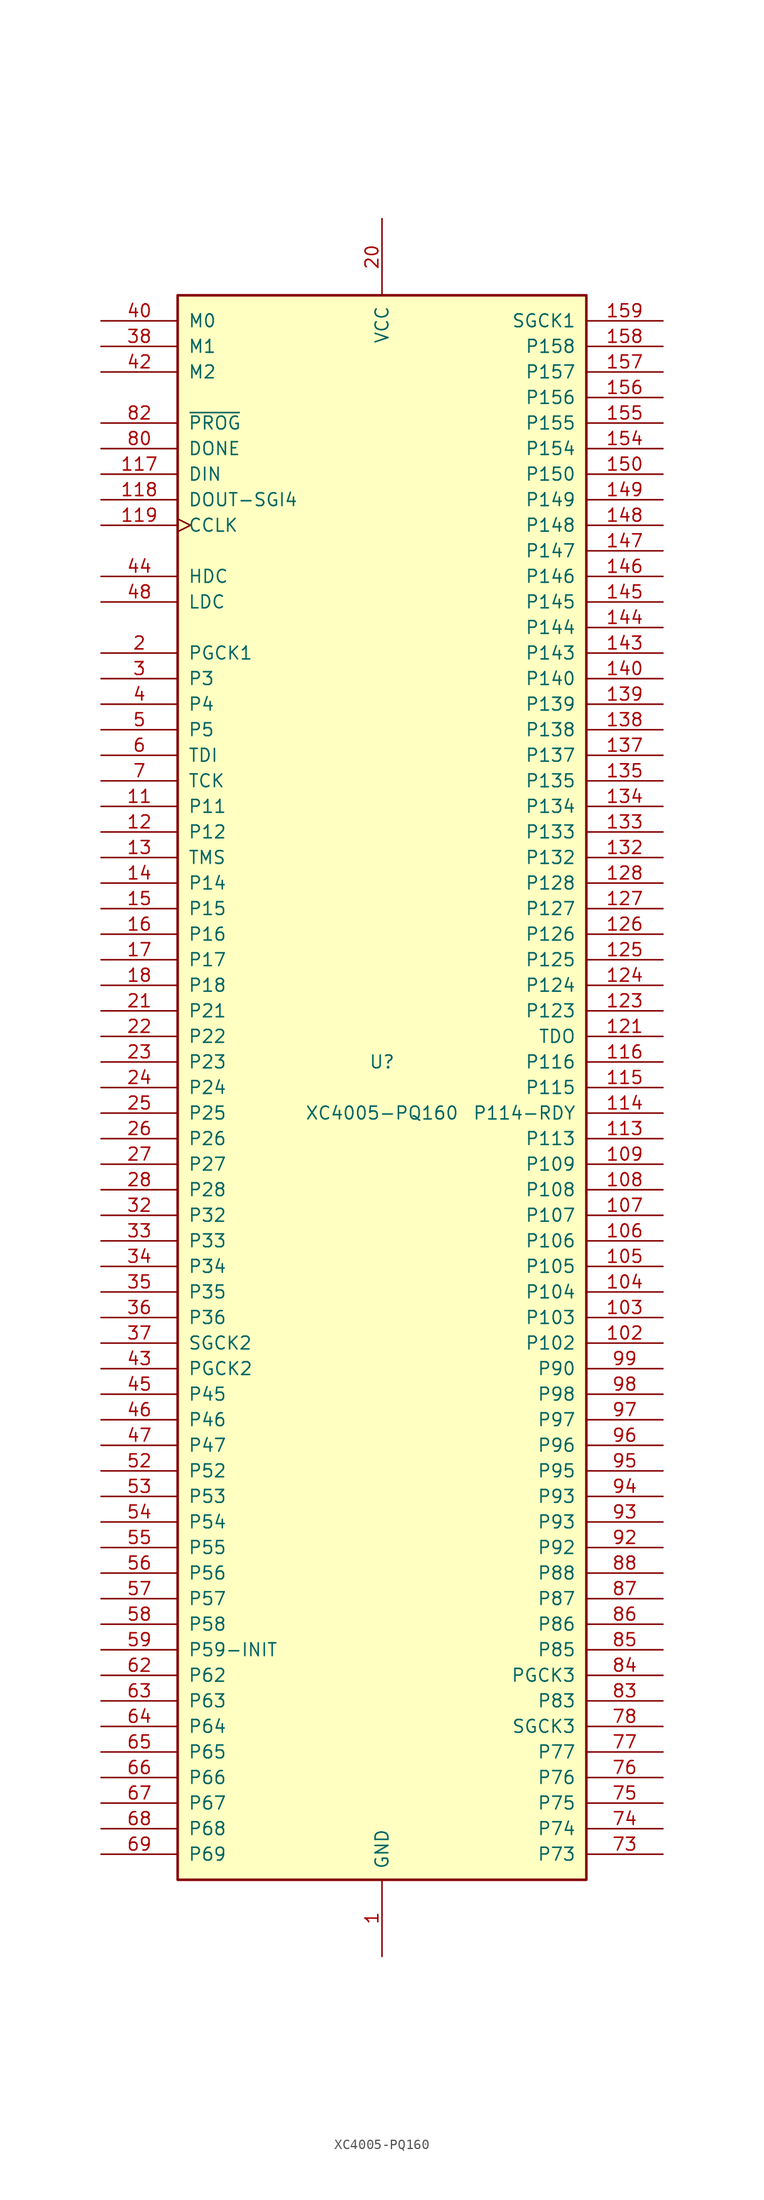
<source format=kicad_sym>
(kicad_symbol_lib
  (version 20241209)
  (generator "kicad_symbol_editor")
  (generator_version "9.0")
  (symbol "XC4005-PQ160"
    (pin_names
      (offset 1.016))
    (property "Reference" "U"
      (at 0 2.54 0)
      (effects (font (size 1.27 1.27))))
    (property "Value" "XC4005-PQ160"
      (at 0 -2.54 0)
      (effects (font (size 1.27 1.27))))
    (symbol "XC4005-PQ160_0_1"
      (rectangle (start -20.32 -78.74) (end 20.32 78.74) (stroke (width 0.254) (type default)) (fill (type background))))
    (symbol "XC4005-PQ160_1_1"
      (pin input line (at -27.94 76.2 0) (length 7.62) (name "M0" (effects (font (size 1.27 1.27)))) (number "40" (effects (font (size 1.27 1.27)))))
      (pin input line (at -27.94 73.66 0) (length 7.62) (name "M1" (effects (font (size 1.27 1.27)))) (number "38" (effects (font (size 1.27 1.27)))))
      (pin input line (at -27.94 71.12 0) (length 7.62) (name "M2" (effects (font (size 1.27 1.27)))) (number "42" (effects (font (size 1.27 1.27)))))
      (pin input line (at -27.94 66.04 0) (length 7.62) (name "~{PROG}" (effects (font (size 1.27 1.27)))) (number "82" (effects (font (size 1.27 1.27)))))
      (pin bidirectional line (at -27.94 63.5 0) (length 7.62) (name "DONE" (effects (font (size 1.27 1.27)))) (number "80" (effects (font (size 1.27 1.27)))))
      (pin input line (at -27.94 60.96 0) (length 7.62) (name "DIN" (effects (font (size 1.27 1.27)))) (number "117" (effects (font (size 1.27 1.27)))))
      (pin passive line (at -27.94 58.42 0) (length 7.62) (name "DOUT-SGI4" (effects (font (size 1.27 1.27)))) (number "118" (effects (font (size 1.27 1.27)))))
      (pin passive clock (at -27.94 55.88 0) (length 7.62) (name "CCLK" (effects (font (size 1.27 1.27)))) (number "119" (effects (font (size 1.27 1.27)))))
      (pin passive line (at -27.94 50.8 0) (length 7.62) (name "HDC" (effects (font (size 1.27 1.27)))) (number "44" (effects (font (size 1.27 1.27)))))
      (pin passive line (at -27.94 48.26 0) (length 7.62) (name "LDC" (effects (font (size 1.27 1.27)))) (number "48" (effects (font (size 1.27 1.27)))))
      (pin bidirectional line (at -27.94 43.18 0) (length 7.62) (name "PGCK1" (effects (font (size 1.27 1.27)))) (number "2" (effects (font (size 1.27 1.27)))))
      (pin passive line (at -27.94 40.64 0) (length 7.62) (name "P3" (effects (font (size 1.27 1.27)))) (number "3" (effects (font (size 1.27 1.27)))))
      (pin passive line (at -27.94 38.1 0) (length 7.62) (name "P4" (effects (font (size 1.27 1.27)))) (number "4" (effects (font (size 1.27 1.27)))))
      (pin passive line (at -27.94 35.56 0) (length 7.62) (name "P5" (effects (font (size 1.27 1.27)))) (number "5" (effects (font (size 1.27 1.27)))))
      (pin passive line (at -27.94 33.02 0) (length 7.62) (name "TDI" (effects (font (size 1.27 1.27)))) (number "6" (effects (font (size 1.27 1.27)))))
      (pin passive line (at -27.94 30.48 0) (length 7.62) (name "TCK" (effects (font (size 1.27 1.27)))) (number "7" (effects (font (size 1.27 1.27)))))
      (pin passive line (at -27.94 27.94 0) (length 7.62) (name "P11" (effects (font (size 1.27 1.27)))) (number "11" (effects (font (size 1.27 1.27)))))
      (pin passive line (at -27.94 25.4 0) (length 7.62) (name "P12" (effects (font (size 1.27 1.27)))) (number "12" (effects (font (size 1.27 1.27)))))
      (pin passive line (at -27.94 22.86 0) (length 7.62) (name "TMS" (effects (font (size 1.27 1.27)))) (number "13" (effects (font (size 1.27 1.27)))))
      (pin passive line (at -27.94 20.32 0) (length 7.62) (name "P14" (effects (font (size 1.27 1.27)))) (number "14" (effects (font (size 1.27 1.27)))))
      (pin passive line (at -27.94 17.78 0) (length 7.62) (name "P15" (effects (font (size 1.27 1.27)))) (number "15" (effects (font (size 1.27 1.27)))))
      (pin passive line (at -27.94 15.24 0) (length 7.62) (name "P16" (effects (font (size 1.27 1.27)))) (number "16" (effects (font (size 1.27 1.27)))))
      (pin passive line (at -27.94 12.7 0) (length 7.62) (name "P17" (effects (font (size 1.27 1.27)))) (number "17" (effects (font (size 1.27 1.27)))))
      (pin passive line (at -27.94 10.16 0) (length 7.62) (name "P18" (effects (font (size 1.27 1.27)))) (number "18" (effects (font (size 1.27 1.27)))))
      (pin passive line (at -27.94 7.62 0) (length 7.62) (name "P21" (effects (font (size 1.27 1.27)))) (number "21" (effects (font (size 1.27 1.27)))))
      (pin passive line (at -27.94 5.08 0) (length 7.62) (name "P22" (effects (font (size 1.27 1.27)))) (number "22" (effects (font (size 1.27 1.27)))))
      (pin passive line (at -27.94 2.54 0) (length 7.62) (name "P23" (effects (font (size 1.27 1.27)))) (number "23" (effects (font (size 1.27 1.27)))))
      (pin passive line (at -27.94 0 0) (length 7.62) (name "P24" (effects (font (size 1.27 1.27)))) (number "24" (effects (font (size 1.27 1.27)))))
      (pin passive line (at -27.94 -2.54 0) (length 7.62) (name "P25" (effects (font (size 1.27 1.27)))) (number "25" (effects (font (size 1.27 1.27)))))
      (pin passive line (at -27.94 -5.08 0) (length 7.62) (name "P26" (effects (font (size 1.27 1.27)))) (number "26" (effects (font (size 1.27 1.27)))))
      (pin passive line (at -27.94 -7.62 0) (length 7.62) (name "P27" (effects (font (size 1.27 1.27)))) (number "27" (effects (font (size 1.27 1.27)))))
      (pin passive line (at -27.94 -10.16 0) (length 7.62) (name "P28" (effects (font (size 1.27 1.27)))) (number "28" (effects (font (size 1.27 1.27)))))
      (pin passive line (at -27.94 -12.7 0) (length 7.62) (name "P32" (effects (font (size 1.27 1.27)))) (number "32" (effects (font (size 1.27 1.27)))))
      (pin passive line (at -27.94 -15.24 0) (length 7.62) (name "P33" (effects (font (size 1.27 1.27)))) (number "33" (effects (font (size 1.27 1.27)))))
      (pin passive line (at -27.94 -17.78 0) (length 7.62) (name "P34" (effects (font (size 1.27 1.27)))) (number "34" (effects (font (size 1.27 1.27)))))
      (pin passive line (at -27.94 -20.32 0) (length 7.62) (name "P35" (effects (font (size 1.27 1.27)))) (number "35" (effects (font (size 1.27 1.27)))))
      (pin passive line (at -27.94 -22.86 0) (length 7.62) (name "P36" (effects (font (size 1.27 1.27)))) (number "36" (effects (font (size 1.27 1.27)))))
      (pin passive line (at -27.94 -25.4 0) (length 7.62) (name "SGCK2" (effects (font (size 1.27 1.27)))) (number "37" (effects (font (size 1.27 1.27)))))
      (pin passive line (at -27.94 -27.94 0) (length 7.62) (name "PGCK2" (effects (font (size 1.27 1.27)))) (number "43" (effects (font (size 1.27 1.27)))))
      (pin passive line (at -27.94 -30.48 0) (length 7.62) (name "P45" (effects (font (size 1.27 1.27)))) (number "45" (effects (font (size 1.27 1.27)))))
      (pin passive line (at -27.94 -33.02 0) (length 7.62) (name "P46" (effects (font (size 1.27 1.27)))) (number "46" (effects (font (size 1.27 1.27)))))
      (pin passive line (at -27.94 -35.56 0) (length 7.62) (name "P47" (effects (font (size 1.27 1.27)))) (number "47" (effects (font (size 1.27 1.27)))))
      (pin passive line (at -27.94 -38.1 0) (length 7.62) (name "P52" (effects (font (size 1.27 1.27)))) (number "52" (effects (font (size 1.27 1.27)))))
      (pin passive line (at -27.94 -40.64 0) (length 7.62) (name "P53" (effects (font (size 1.27 1.27)))) (number "53" (effects (font (size 1.27 1.27)))))
      (pin passive line (at -27.94 -43.18 0) (length 7.62) (name "P54" (effects (font (size 1.27 1.27)))) (number "54" (effects (font (size 1.27 1.27)))))
      (pin passive line (at -27.94 -45.72 0) (length 7.62) (name "P55" (effects (font (size 1.27 1.27)))) (number "55" (effects (font (size 1.27 1.27)))))
      (pin passive line (at -27.94 -48.26 0) (length 7.62) (name "P56" (effects (font (size 1.27 1.27)))) (number "56" (effects (font (size 1.27 1.27)))))
      (pin passive line (at -27.94 -50.8 0) (length 7.62) (name "P57" (effects (font (size 1.27 1.27)))) (number "57" (effects (font (size 1.27 1.27)))))
      (pin passive line (at -27.94 -53.34 0) (length 7.62) (name "P58" (effects (font (size 1.27 1.27)))) (number "58" (effects (font (size 1.27 1.27)))))
      (pin passive line (at -27.94 -55.88 0) (length 7.62) (name "P59-INIT" (effects (font (size 1.27 1.27)))) (number "59" (effects (font (size 1.27 1.27)))))
      (pin passive line (at -27.94 -58.42 0) (length 7.62) (name "P62" (effects (font (size 1.27 1.27)))) (number "62" (effects (font (size 1.27 1.27)))))
      (pin passive line (at -27.94 -60.96 0) (length 7.62) (name "P63" (effects (font (size 1.27 1.27)))) (number "63" (effects (font (size 1.27 1.27)))))
      (pin passive line (at -27.94 -63.5 0) (length 7.62) (name "P64" (effects (font (size 1.27 1.27)))) (number "64" (effects (font (size 1.27 1.27)))))
      (pin passive line (at -27.94 -66.04 0) (length 7.62) (name "P65" (effects (font (size 1.27 1.27)))) (number "65" (effects (font (size 1.27 1.27)))))
      (pin passive line (at -27.94 -68.58 0) (length 7.62) (name "P66" (effects (font (size 1.27 1.27)))) (number "66" (effects (font (size 1.27 1.27)))))
      (pin passive line (at -27.94 -71.12 0) (length 7.62) (name "P67" (effects (font (size 1.27 1.27)))) (number "67" (effects (font (size 1.27 1.27)))))
      (pin bidirectional line (at -27.94 -73.66 0) (length 7.62) (name "P68" (effects (font (size 1.27 1.27)))) (number "68" (effects (font (size 1.27 1.27)))))
      (pin passive line (at -27.94 -76.2 0) (length 7.62) (name "P69" (effects (font (size 1.27 1.27)))) (number "69" (effects (font (size 1.27 1.27)))))
      (pin passive line (at 0 86.36 270) (length 7.62) (hide yes) (name "VCC" (effects (font (size 1.27 1.27)))) (number "100" (effects (font (size 1.27 1.27)))))
      (pin passive line (at 0 86.36 270) (length 7.62) (hide yes) (name "VCC" (effects (font (size 1.27 1.27)))) (number "120" (effects (font (size 1.27 1.27)))))
      (pin passive line (at 0 86.36 270) (length 7.62) (hide yes) (name "VCC" (effects (font (size 1.27 1.27)))) (number "142" (effects (font (size 1.27 1.27)))))
      (pin passive line (at 0 86.36 270) (length 7.62) (hide yes) (name "VCC" (effects (font (size 1.27 1.27)))) (number "160" (effects (font (size 1.27 1.27)))))
      (pin power_in line (at 0 86.36 270) (length 7.62) (name "VCC" (effects (font (size 1.27 1.27)))) (number "20" (effects (font (size 1.27 1.27)))))
      (pin passive line (at 0 86.36 270) (length 7.62) (hide yes) (name "VCC" (effects (font (size 1.27 1.27)))) (number "41" (effects (font (size 1.27 1.27)))))
      (pin passive line (at 0 86.36 270) (length 7.62) (hide yes) (name "VCC" (effects (font (size 1.27 1.27)))) (number "60" (effects (font (size 1.27 1.27)))))
      (pin passive line (at 0 86.36 270) (length 7.62) (hide yes) (name "VCC" (effects (font (size 1.27 1.27)))) (number "81" (effects (font (size 1.27 1.27)))))
      (pin power_in line (at 0 -86.36 90) (length 7.62) (name "GND" (effects (font (size 1.27 1.27)))) (number "1" (effects (font (size 1.27 1.27)))))
      (pin passive line (at 0 -86.36 90) (length 7.62) (hide yes) (name "GND" (effects (font (size 1.27 1.27)))) (number "10" (effects (font (size 1.27 1.27)))))
      (pin passive line (at 0 -86.36 90) (length 7.62) (hide yes) (name "GND" (effects (font (size 1.27 1.27)))) (number "101" (effects (font (size 1.27 1.27)))))
      (pin passive line (at 0 -86.36 90) (length 7.62) (hide yes) (name "GND" (effects (font (size 1.27 1.27)))) (number "110" (effects (font (size 1.27 1.27)))))
      (pin passive line (at 0 -86.36 90) (length 7.62) (hide yes) (name "GND" (effects (font (size 1.27 1.27)))) (number "122" (effects (font (size 1.27 1.27)))))
      (pin passive line (at 0 -86.36 90) (length 7.62) (hide yes) (name "GND" (effects (font (size 1.27 1.27)))) (number "131" (effects (font (size 1.27 1.27)))))
      (pin passive line (at 0 -86.36 90) (length 7.62) (hide yes) (name "GND" (effects (font (size 1.27 1.27)))) (number "141" (effects (font (size 1.27 1.27)))))
      (pin passive line (at 0 -86.36 90) (length 7.62) (hide yes) (name "GND" (effects (font (size 1.27 1.27)))) (number "151" (effects (font (size 1.27 1.27)))))
      (pin passive line (at 0 -86.36 90) (length 7.62) (hide yes) (name "GND" (effects (font (size 1.27 1.27)))) (number "19" (effects (font (size 1.27 1.27)))))
      (pin passive line (at 0 -86.36 90) (length 7.62) (hide yes) (name "GND" (effects (font (size 1.27 1.27)))) (number "29" (effects (font (size 1.27 1.27)))))
      (pin passive line (at 0 -86.36 90) (length 7.62) (hide yes) (name "GND" (effects (font (size 1.27 1.27)))) (number "39" (effects (font (size 1.27 1.27)))))
      (pin passive line (at 0 -86.36 90) (length 7.62) (hide yes) (name "GND" (effects (font (size 1.27 1.27)))) (number "51" (effects (font (size 1.27 1.27)))))
      (pin passive line (at 0 -86.36 90) (length 7.62) (hide yes) (name "GND" (effects (font (size 1.27 1.27)))) (number "61" (effects (font (size 1.27 1.27)))))
      (pin passive line (at 0 -86.36 90) (length 7.62) (hide yes) (name "GND" (effects (font (size 1.27 1.27)))) (number "70" (effects (font (size 1.27 1.27)))))
      (pin passive line (at 0 -86.36 90) (length 7.62) (hide yes) (name "GND" (effects (font (size 1.27 1.27)))) (number "79" (effects (font (size 1.27 1.27)))))
      (pin passive line (at 0 -86.36 90) (length 7.62) (hide yes) (name "GND" (effects (font (size 1.27 1.27)))) (number "91" (effects (font (size 1.27 1.27)))))
      (pin passive line (at 27.94 76.2 180) (length 7.62) (name "SGCK1" (effects (font (size 1.27 1.27)))) (number "159" (effects (font (size 1.27 1.27)))))
      (pin passive line (at 27.94 73.66 180) (length 7.62) (name "P158" (effects (font (size 1.27 1.27)))) (number "158" (effects (font (size 1.27 1.27)))))
      (pin passive line (at 27.94 71.12 180) (length 7.62) (name "P157" (effects (font (size 1.27 1.27)))) (number "157" (effects (font (size 1.27 1.27)))))
      (pin passive line (at 27.94 68.58 180) (length 7.62) (name "P156" (effects (font (size 1.27 1.27)))) (number "156" (effects (font (size 1.27 1.27)))))
      (pin passive line (at 27.94 66.04 180) (length 7.62) (name "P155" (effects (font (size 1.27 1.27)))) (number "155" (effects (font (size 1.27 1.27)))))
      (pin passive line (at 27.94 63.5 180) (length 7.62) (name "P154" (effects (font (size 1.27 1.27)))) (number "154" (effects (font (size 1.27 1.27)))))
      (pin passive line (at 27.94 60.96 180) (length 7.62) (name "P150" (effects (font (size 1.27 1.27)))) (number "150" (effects (font (size 1.27 1.27)))))
      (pin passive line (at 27.94 58.42 180) (length 7.62) (name "P149" (effects (font (size 1.27 1.27)))) (number "149" (effects (font (size 1.27 1.27)))))
      (pin passive line (at 27.94 55.88 180) (length 7.62) (name "P148" (effects (font (size 1.27 1.27)))) (number "148" (effects (font (size 1.27 1.27)))))
      (pin passive line (at 27.94 53.34 180) (length 7.62) (name "P147" (effects (font (size 1.27 1.27)))) (number "147" (effects (font (size 1.27 1.27)))))
      (pin passive line (at 27.94 50.8 180) (length 7.62) (name "P146" (effects (font (size 1.27 1.27)))) (number "146" (effects (font (size 1.27 1.27)))))
      (pin passive line (at 27.94 48.26 180) (length 7.62) (name "P145" (effects (font (size 1.27 1.27)))) (number "145" (effects (font (size 1.27 1.27)))))
      (pin passive line (at 27.94 45.72 180) (length 7.62) (name "P144" (effects (font (size 1.27 1.27)))) (number "144" (effects (font (size 1.27 1.27)))))
      (pin passive line (at 27.94 43.18 180) (length 7.62) (name "P143" (effects (font (size 1.27 1.27)))) (number "143" (effects (font (size 1.27 1.27)))))
      (pin passive line (at 27.94 40.64 180) (length 7.62) (name "P140" (effects (font (size 1.27 1.27)))) (number "140" (effects (font (size 1.27 1.27)))))
      (pin passive line (at 27.94 38.1 180) (length 7.62) (name "P139" (effects (font (size 1.27 1.27)))) (number "139" (effects (font (size 1.27 1.27)))))
      (pin passive line (at 27.94 35.56 180) (length 7.62) (name "P138" (effects (font (size 1.27 1.27)))) (number "138" (effects (font (size 1.27 1.27)))))
      (pin passive line (at 27.94 33.02 180) (length 7.62) (name "P137" (effects (font (size 1.27 1.27)))) (number "137" (effects (font (size 1.27 1.27)))))
      (pin passive line (at 27.94 30.48 180) (length 7.62) (name "P135" (effects (font (size 1.27 1.27)))) (number "135" (effects (font (size 1.27 1.27)))))
      (pin passive line (at 27.94 27.94 180) (length 7.62) (name "P134" (effects (font (size 1.27 1.27)))) (number "134" (effects (font (size 1.27 1.27)))))
      (pin passive line (at 27.94 25.4 180) (length 7.62) (name "P133" (effects (font (size 1.27 1.27)))) (number "133" (effects (font (size 1.27 1.27)))))
      (pin passive line (at 27.94 22.86 180) (length 7.62) (name "P132" (effects (font (size 1.27 1.27)))) (number "132" (effects (font (size 1.27 1.27)))))
      (pin passive line (at 27.94 20.32 180) (length 7.62) (name "P128" (effects (font (size 1.27 1.27)))) (number "128" (effects (font (size 1.27 1.27)))))
      (pin passive line (at 27.94 17.78 180) (length 7.62) (name "P127" (effects (font (size 1.27 1.27)))) (number "127" (effects (font (size 1.27 1.27)))))
      (pin passive line (at 27.94 15.24 180) (length 7.62) (name "P126" (effects (font (size 1.27 1.27)))) (number "126" (effects (font (size 1.27 1.27)))))
      (pin passive line (at 27.94 12.7 180) (length 7.62) (name "P125" (effects (font (size 1.27 1.27)))) (number "125" (effects (font (size 1.27 1.27)))))
      (pin passive line (at 27.94 10.16 180) (length 7.62) (name "P124" (effects (font (size 1.27 1.27)))) (number "124" (effects (font (size 1.27 1.27)))))
      (pin passive line (at 27.94 7.62 180) (length 7.62) (name "P123" (effects (font (size 1.27 1.27)))) (number "123" (effects (font (size 1.27 1.27)))))
      (pin output line (at 27.94 5.08 180) (length 7.62) (name "TDO" (effects (font (size 1.27 1.27)))) (number "121" (effects (font (size 1.27 1.27)))))
      (pin passive line (at 27.94 2.54 180) (length 7.62) (name "P116" (effects (font (size 1.27 1.27)))) (number "116" (effects (font (size 1.27 1.27)))))
      (pin passive line (at 27.94 0 180) (length 7.62) (name "P115" (effects (font (size 1.27 1.27)))) (number "115" (effects (font (size 1.27 1.27)))))
      (pin passive line (at 27.94 -2.54 180) (length 7.62) (name "P114-RDY" (effects (font (size 1.27 1.27)))) (number "114" (effects (font (size 1.27 1.27)))))
      (pin passive line (at 27.94 -5.08 180) (length 7.62) (name "P113" (effects (font (size 1.27 1.27)))) (number "113" (effects (font (size 1.27 1.27)))))
      (pin passive line (at 27.94 -7.62 180) (length 7.62) (name "P109" (effects (font (size 1.27 1.27)))) (number "109" (effects (font (size 1.27 1.27)))))
      (pin passive line (at 27.94 -10.16 180) (length 7.62) (name "P108" (effects (font (size 1.27 1.27)))) (number "108" (effects (font (size 1.27 1.27)))))
      (pin passive line (at 27.94 -12.7 180) (length 7.62) (name "P107" (effects (font (size 1.27 1.27)))) (number "107" (effects (font (size 1.27 1.27)))))
      (pin passive line (at 27.94 -15.24 180) (length 7.62) (name "P106" (effects (font (size 1.27 1.27)))) (number "106" (effects (font (size 1.27 1.27)))))
      (pin passive line (at 27.94 -17.78 180) (length 7.62) (name "P105" (effects (font (size 1.27 1.27)))) (number "105" (effects (font (size 1.27 1.27)))))
      (pin passive line (at 27.94 -20.32 180) (length 7.62) (name "P104" (effects (font (size 1.27 1.27)))) (number "104" (effects (font (size 1.27 1.27)))))
      (pin passive line (at 27.94 -22.86 180) (length 7.62) (name "P103" (effects (font (size 1.27 1.27)))) (number "103" (effects (font (size 1.27 1.27)))))
      (pin passive line (at 27.94 -25.4 180) (length 7.62) (name "P102" (effects (font (size 1.27 1.27)))) (number "102" (effects (font (size 1.27 1.27)))))
      (pin passive line (at 27.94 -27.94 180) (length 7.62) (name "P90" (effects (font (size 1.27 1.27)))) (number "99" (effects (font (size 1.27 1.27)))))
      (pin passive line (at 27.94 -30.48 180) (length 7.62) (name "P98" (effects (font (size 1.27 1.27)))) (number "98" (effects (font (size 1.27 1.27)))))
      (pin passive line (at 27.94 -33.02 180) (length 7.62) (name "P97" (effects (font (size 1.27 1.27)))) (number "97" (effects (font (size 1.27 1.27)))))
      (pin passive line (at 27.94 -35.56 180) (length 7.62) (name "P96" (effects (font (size 1.27 1.27)))) (number "96" (effects (font (size 1.27 1.27)))))
      (pin passive line (at 27.94 -38.1 180) (length 7.62) (name "P95" (effects (font (size 1.27 1.27)))) (number "95" (effects (font (size 1.27 1.27)))))
      (pin passive line (at 27.94 -40.64 180) (length 7.62) (name "P93" (effects (font (size 1.27 1.27)))) (number "94" (effects (font (size 1.27 1.27)))))
      (pin passive line (at 27.94 -43.18 180) (length 7.62) (name "P93" (effects (font (size 1.27 1.27)))) (number "93" (effects (font (size 1.27 1.27)))))
      (pin passive line (at 27.94 -45.72 180) (length 7.62) (name "P92" (effects (font (size 1.27 1.27)))) (number "92" (effects (font (size 1.27 1.27)))))
      (pin passive line (at 27.94 -48.26 180) (length 7.62) (name "P88" (effects (font (size 1.27 1.27)))) (number "88" (effects (font (size 1.27 1.27)))))
      (pin passive line (at 27.94 -50.8 180) (length 7.62) (name "P87" (effects (font (size 1.27 1.27)))) (number "87" (effects (font (size 1.27 1.27)))))
      (pin passive line (at 27.94 -53.34 180) (length 7.62) (name "P86" (effects (font (size 1.27 1.27)))) (number "86" (effects (font (size 1.27 1.27)))))
      (pin passive line (at 27.94 -55.88 180) (length 7.62) (name "P85" (effects (font (size 1.27 1.27)))) (number "85" (effects (font (size 1.27 1.27)))))
      (pin passive line (at 27.94 -58.42 180) (length 7.62) (name "PGCK3" (effects (font (size 1.27 1.27)))) (number "84" (effects (font (size 1.27 1.27)))))
      (pin passive line (at 27.94 -60.96 180) (length 7.62) (name "P83" (effects (font (size 1.27 1.27)))) (number "83" (effects (font (size 1.27 1.27)))))
      (pin passive line (at 27.94 -63.5 180) (length 7.62) (name "SGCK3" (effects (font (size 1.27 1.27)))) (number "78" (effects (font (size 1.27 1.27)))))
      (pin passive line (at 27.94 -66.04 180) (length 7.62) (name "P77" (effects (font (size 1.27 1.27)))) (number "77" (effects (font (size 1.27 1.27)))))
      (pin passive line (at 27.94 -68.58 180) (length 7.62) (name "P76" (effects (font (size 1.27 1.27)))) (number "76" (effects (font (size 1.27 1.27)))))
      (pin passive line (at 27.94 -71.12 180) (length 7.62) (name "P75" (effects (font (size 1.27 1.27)))) (number "75" (effects (font (size 1.27 1.27)))))
      (pin passive line (at 27.94 -73.66 180) (length 7.62) (name "P74" (effects (font (size 1.27 1.27)))) (number "74" (effects (font (size 1.27 1.27)))))
      (pin passive line (at 27.94 -76.2 180) (length 7.62) (name "P73" (effects (font (size 1.27 1.27)))) (number "73" (effects (font (size 1.27 1.27))))))))
</source>
